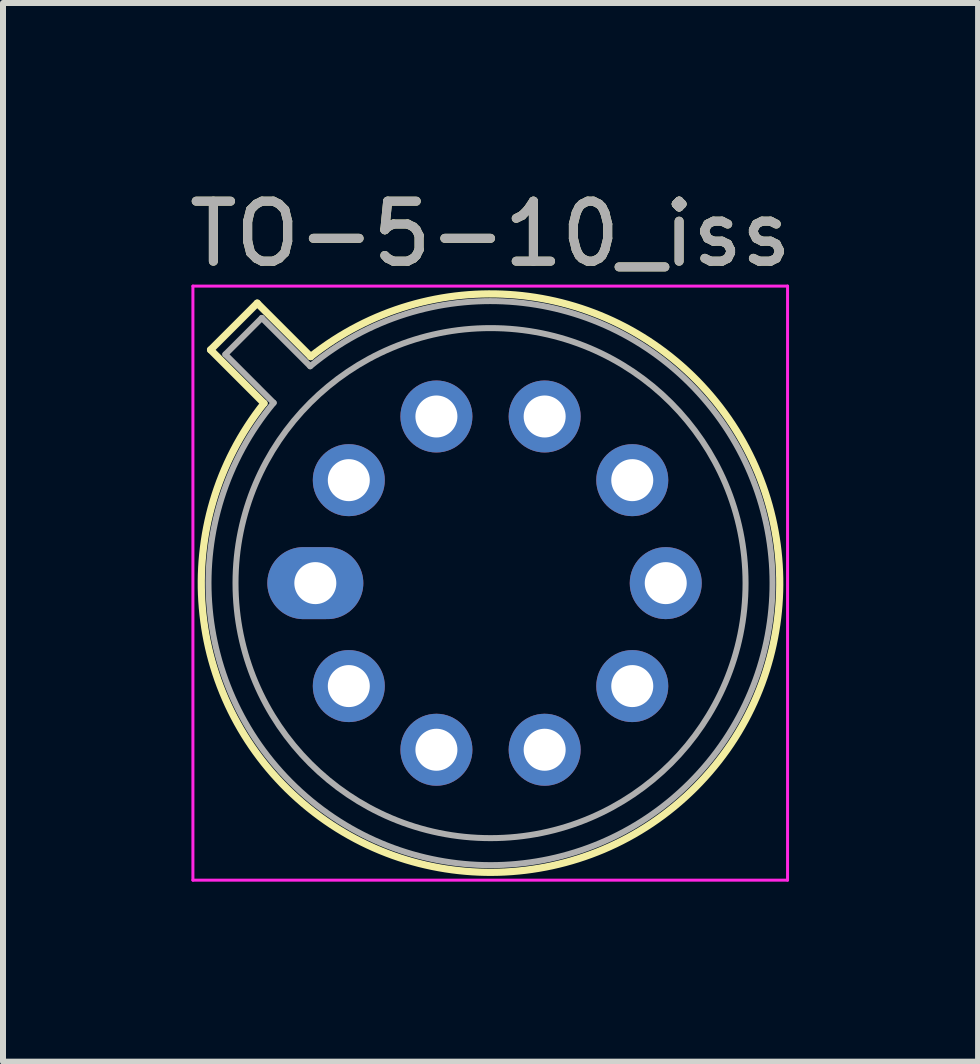
<source format=kicad_pcb>
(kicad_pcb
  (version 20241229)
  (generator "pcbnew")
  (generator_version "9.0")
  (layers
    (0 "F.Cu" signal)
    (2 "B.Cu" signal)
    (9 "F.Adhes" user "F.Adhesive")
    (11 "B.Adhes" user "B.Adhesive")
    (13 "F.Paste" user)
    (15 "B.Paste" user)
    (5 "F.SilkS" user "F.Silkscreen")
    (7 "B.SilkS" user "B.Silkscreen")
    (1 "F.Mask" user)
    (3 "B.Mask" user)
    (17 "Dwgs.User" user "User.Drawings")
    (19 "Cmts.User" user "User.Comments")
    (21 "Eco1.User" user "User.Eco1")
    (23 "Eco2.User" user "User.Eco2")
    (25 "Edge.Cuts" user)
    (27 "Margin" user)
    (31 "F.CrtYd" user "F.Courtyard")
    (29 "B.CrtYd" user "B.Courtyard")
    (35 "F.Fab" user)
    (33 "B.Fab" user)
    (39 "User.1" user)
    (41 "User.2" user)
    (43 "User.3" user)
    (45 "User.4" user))
  (footprint "TO-5-10_iss"
    (layer "F.Cu")
    (at 2.205 6.668)
    (property "Reference" "TO-5-10_iss" (at 2.92 -5.82 0) (layer "F.SilkS") (effects (font (size 1 1) (thickness 0.15))))
    (attr through_hole)
    (fp_line (start -1.746 -3.888) (end -0.855 -2.997) (stroke (width 0.12) (type solid)) (layer "F.SilkS"))
    (fp_line (start -0.968 -4.666) (end -1.746 -3.888) (stroke (width 0.12) (type solid)) (layer "F.SilkS"))
    (fp_line (start -0.077 -3.775) (end -0.968 -4.666) (stroke (width 0.12) (type solid)) (layer "F.SilkS"))
    (fp_arc (start -0.077084 -3.774902) (mid 6.328125 3.408384) (end -0.854674 -2.997371) (stroke (width 0.12) (type solid)) (layer "F.SilkS"))
    (fp_line (start -2.04 -4.95) (end -2.04 4.95) (stroke (width 0.05) (type solid)) (layer "F.CrtYd"))
    (fp_line (start -2.04 4.95) (end 7.87 4.95) (stroke (width 0.05) (type solid)) (layer "F.CrtYd"))
    (fp_line (start 7.87 -4.95) (end -2.04 -4.95) (stroke (width 0.05) (type solid)) (layer "F.CrtYd"))
    (fp_line (start 7.87 4.95) (end 7.87 -4.95) (stroke (width 0.05) (type solid)) (layer "F.CrtYd"))
    (fp_line (start -1.5 -3.812) (end -0.694 -3.005) (stroke (width 0.1) (type solid)) (layer "F.Fab"))
    (fp_line (start -0.892 -4.42) (end -1.5 -3.812) (stroke (width 0.1) (type solid)) (layer "F.Fab"))
    (fp_line (start -0.085 -3.614) (end -0.892 -4.42) (stroke (width 0.1) (type solid)) (layer "F.Fab"))
    (fp_arc (start -0.085408 -3.61352) (mid 6.243443 3.323361) (end -0.693594 -3.005319) (stroke (width 0.1) (type solid)) (layer "F.Fab"))
    (fp_circle (center 2.92 0) (end 7.17 0) (stroke (width 0.1) (type solid)) (fill no) (layer "F.Fab"))
    (fp_text user "${REFERENCE}" (at 2.92 -5.82 0) (layer "F.Fab") (effects (font (size 1 1) (thickness 0.15))))
    (pad "1" thru_hole oval (at 0 0) (size 1.6 1.2) (drill 0.7) (layers "*.Cu" "*.Mask"))
    (pad "2" thru_hole oval (at 0.558 1.716) (size 1.2 1.2) (drill 0.7) (layers "*.Cu" "*.Mask"))
    (pad "3" thru_hole oval (at 2.018 2.777) (size 1.2 1.2) (drill 0.7) (layers "*.Cu" "*.Mask"))
    (pad "4" thru_hole oval (at 3.822 2.777) (size 1.2 1.2) (drill 0.7) (layers "*.Cu" "*.Mask"))
    (pad "5" thru_hole oval (at 5.282 1.716) (size 1.2 1.2) (drill 0.7) (layers "*.Cu" "*.Mask"))
    (pad "6" thru_hole oval (at 5.84 0) (size 1.2 1.2) (drill 0.7) (layers "*.Cu" "*.Mask"))
    (pad "7" thru_hole oval (at 5.282 -1.716) (size 1.2 1.2) (drill 0.7) (layers "*.Cu" "*.Mask"))
    (pad "8" thru_hole oval (at 3.822 -2.777) (size 1.2 1.2) (drill 0.7) (layers "*.Cu" "*.Mask"))
    (pad "9" thru_hole oval (at 2.018 -2.777) (size 1.2 1.2) (drill 0.7) (layers "*.Cu" "*.Mask"))
    (pad "10" thru_hole oval (at 0.558 -1.716) (size 1.2 1.2) (drill 0.7) (layers "*.Cu" "*.Mask")))
  (gr_rect
    (start -3 -3)
    (end 13.25 14.643)
    (stroke (width 0.1) (type default))
    (fill no)
    (layer "Edge.Cuts")))
</source>
